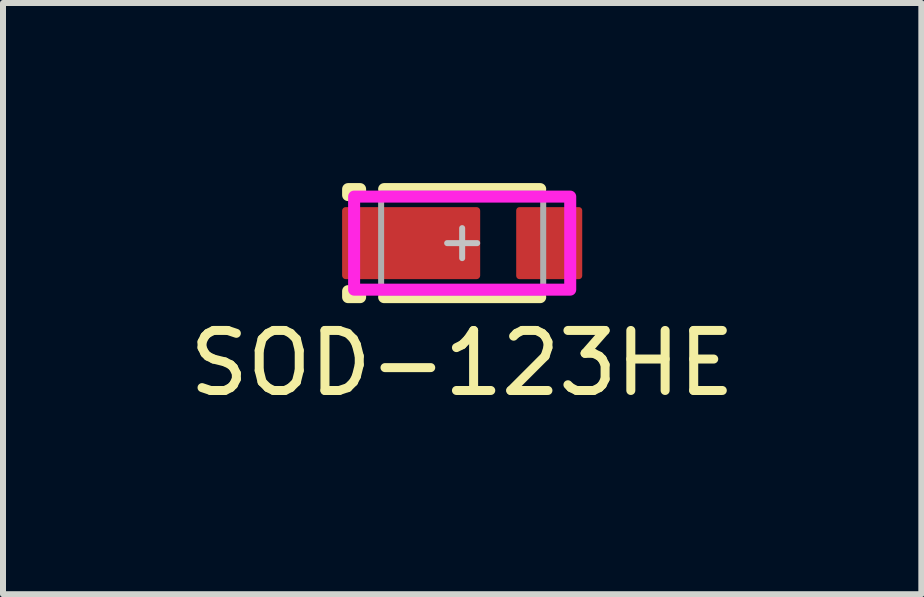
<source format=kicad_pcb>
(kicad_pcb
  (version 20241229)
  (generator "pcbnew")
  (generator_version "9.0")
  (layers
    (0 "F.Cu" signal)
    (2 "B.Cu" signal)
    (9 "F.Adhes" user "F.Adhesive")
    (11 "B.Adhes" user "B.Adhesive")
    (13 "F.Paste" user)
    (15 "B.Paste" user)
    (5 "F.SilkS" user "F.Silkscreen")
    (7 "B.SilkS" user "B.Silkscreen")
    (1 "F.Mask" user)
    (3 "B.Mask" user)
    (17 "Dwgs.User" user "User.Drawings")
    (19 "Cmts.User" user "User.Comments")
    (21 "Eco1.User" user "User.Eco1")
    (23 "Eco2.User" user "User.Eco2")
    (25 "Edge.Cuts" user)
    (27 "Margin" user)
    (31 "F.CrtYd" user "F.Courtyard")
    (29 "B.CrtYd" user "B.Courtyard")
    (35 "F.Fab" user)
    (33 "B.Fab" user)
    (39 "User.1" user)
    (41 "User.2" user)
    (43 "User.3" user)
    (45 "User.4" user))
  (footprint "SOD-123HE"
    (layer "F.Cu")
    (at 4.649 1)
    (property "Reference" "SOD-123HE" (at 0 2 0) (unlocked yes) (layer "F.SilkS") (effects (font (size 1 1) (thickness 0.15))))
    (attr smd)
    (fp_line (start -1.3 -0.9) (end 1.3 -0.9) (stroke (width 0.2) (type solid)) (layer "F.SilkS"))
    (fp_line (start -1.3 0.9) (end 1.3 0.9) (stroke (width 0.2) (type solid)) (layer "F.SilkS"))
    (fp_rect (start -1.9 -0.8) (end -1.7 -0.9) (stroke (width 0.2) (type solid)) (fill no) (layer "F.SilkS"))
    (fp_rect (start -1.9 0.9) (end -1.7 0.8) (stroke (width 0.2) (type solid)) (fill no) (layer "F.SilkS"))
    (fp_line (start -0.25 0) (end 0.25 0) (stroke (width 0.1) (type solid)) (layer "Dwgs.User"))
    (fp_line (start 0 -0.25) (end 0 0.25) (stroke (width 0.1) (type solid)) (layer "Dwgs.User"))
    (fp_rect (start -1.8 -0.775) (end 1.8 0.775) (stroke (width 0.2) (type solid)) (fill no) (layer "F.CrtYd"))
    (fp_rect (start -1.35 -0.825) (end 1.35 0.825) (stroke (width 0.1) (type solid)) (fill no) (layer "F.Fab"))
    (pad "A" smd roundrect (at 1.45 0 90) (size 1.2 1.1) (layers "F.Cu" "F.Mask" "F.Paste") (roundrect_rratio 0.05))
    (pad "K" smd roundrect (at -0.85 0) (size 2.3 1.2) (layers "F.Cu" "F.Mask" "F.Paste") (roundrect_rratio 0.05)))
  (gr_rect
    (start -3 -3)
    (end 12.298 6.848)
    (stroke (width 0.1) (type default))
    (fill no)
    (layer "Edge.Cuts")))
</source>
